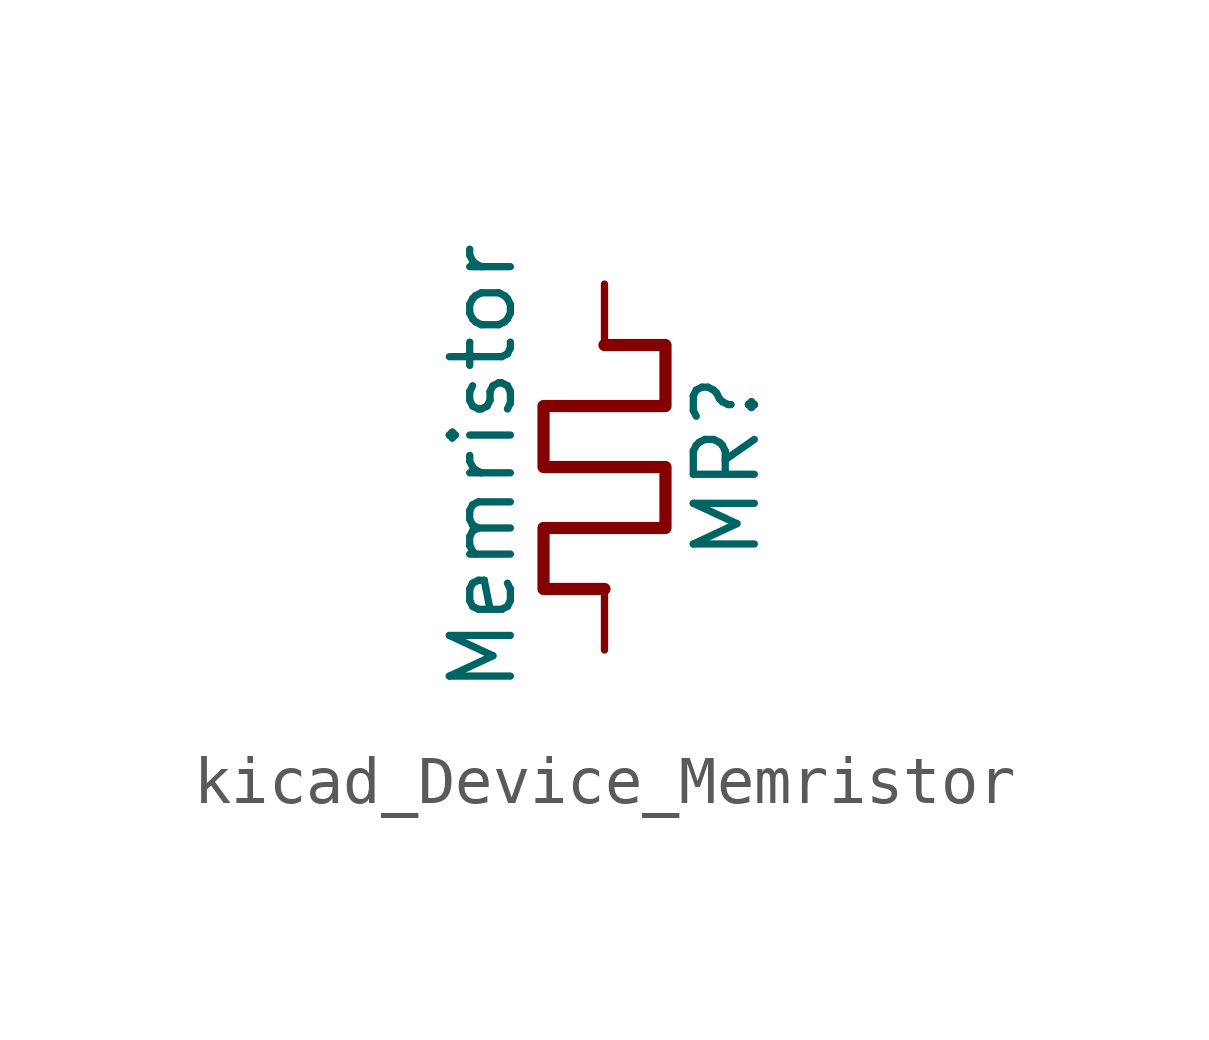
<source format=kicad_sym>
(kicad_symbol_lib
  (version 20220914)
  (generator kicad_symbol_editor)
  (symbol "kicad_Device_Memristor"
    (pin_numbers hide)
    (pin_names
      (offset 0))
    (property "Reference" "MR"
      (at 2.54 0 90)
      (effects (font (size 1.27 1.27))))
    (property "Value" "Memristor"
      (at -2.54 0 90)
      (effects (font (size 1.27 1.27))))
    (symbol "kicad_Device_Memristor_0_0"
      (polyline (pts (xy 0 2.54) (xy 1.27 2.54) (xy 1.27 1.27) (xy -1.27 1.27) (xy -1.27 0) (xy 1.27 0) (xy 1.27 -1.27) (xy -1.27 -1.27) (xy -1.27 -2.54) (xy 0 -2.54)) (stroke (width 0.254) (type default)) (fill (type none))))
    (symbol "kicad_Device_Memristor_1_1"
      (pin passive line (at 0 3.81 270) (length 1.27) (name "~" (effects (font (size 1.27 1.27)))) (number "1" (effects (font (size 1.27 1.27)))))
      (pin passive line (at 0 -3.81 90) (length 1.27) (name "~" (effects (font (size 1.27 1.27)))) (number "2" (effects (font (size 1.27 1.27))))))))
</source>
